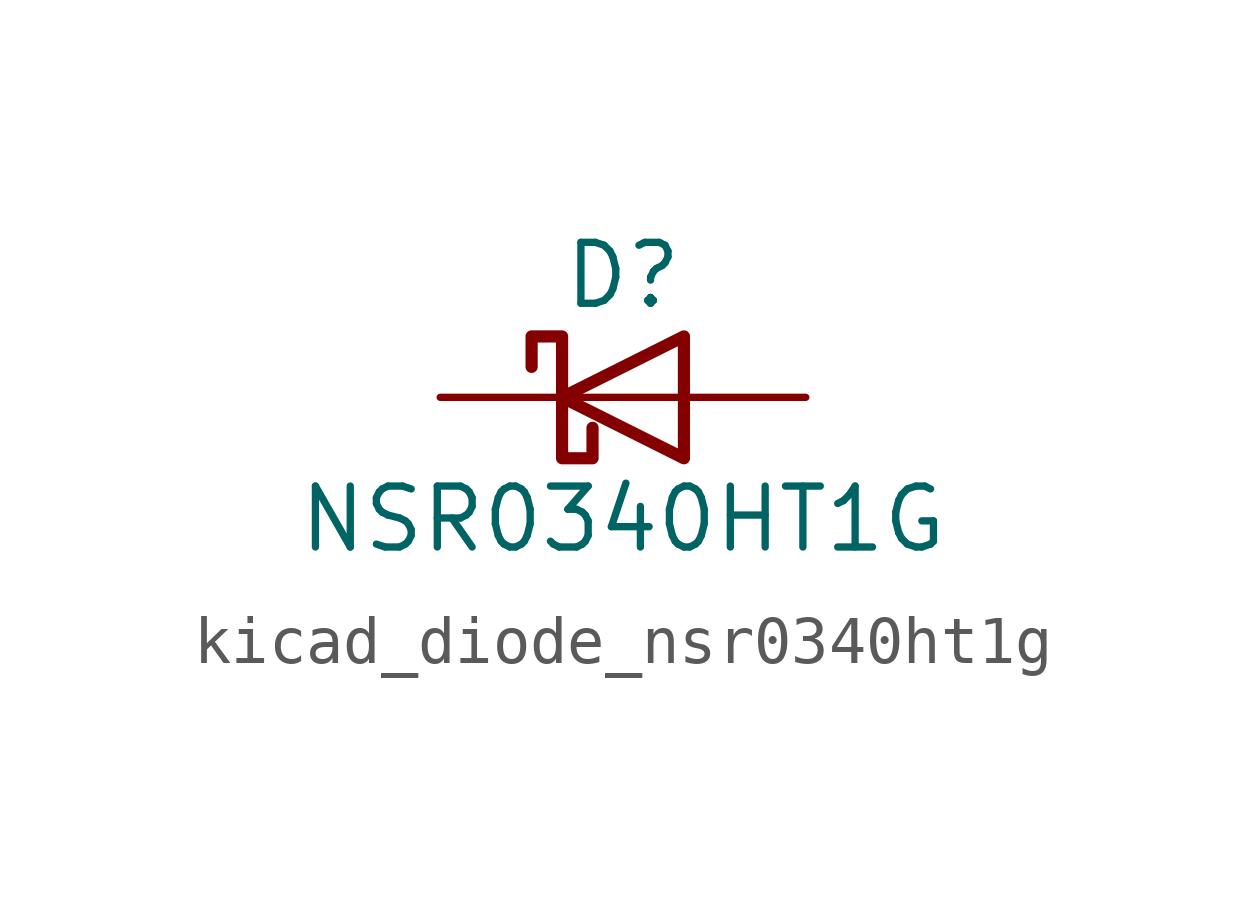
<source format=kicad_sym>
(kicad_symbol_lib
  (version 20220914)
  (generator kicad_symbol_editor)
  (symbol "kicad_diode_nsr0340ht1g"
    (pin_numbers hide)
    (pin_names
      (offset 1.016) hide)
    (property "Reference" "D"
      (at 0 2.54 0)
      (effects (font (size 1.27 1.27))))
    (property "Value" "NSR0340HT1G"
      (at 0 -2.54 0)
      (effects (font (size 1.27 1.27))))
    (symbol "kicad_diode_nsr0340ht1g_0_1"
      (polyline (pts (xy 1.27 0) (xy -1.27 0)) (stroke (width 0) (type default)) (fill (type none)))
      (polyline (pts (xy 1.27 1.27) (xy 1.27 -1.27) (xy -1.27 0) (xy 1.27 1.27)) (stroke (width 0.254) (type default)) (fill (type none)))
      (polyline (pts (xy -1.905 0.635) (xy -1.905 1.27) (xy -1.27 1.27) (xy -1.27 -1.27) (xy -0.635 -1.27) (xy -0.635 -0.635)) (stroke (width 0.254) (type default)) (fill (type none))))
    (symbol "kicad_diode_nsr0340ht1g_1_1"
      (pin passive line (at -3.81 0 0) (length 2.54) (name "K" (effects (font (size 1.27 1.27)))) (number "1" (effects (font (size 1.27 1.27)))))
      (pin passive line (at 3.81 0 180) (length 2.54) (name "A" (effects (font (size 1.27 1.27)))) (number "2" (effects (font (size 1.27 1.27))))))))
</source>
